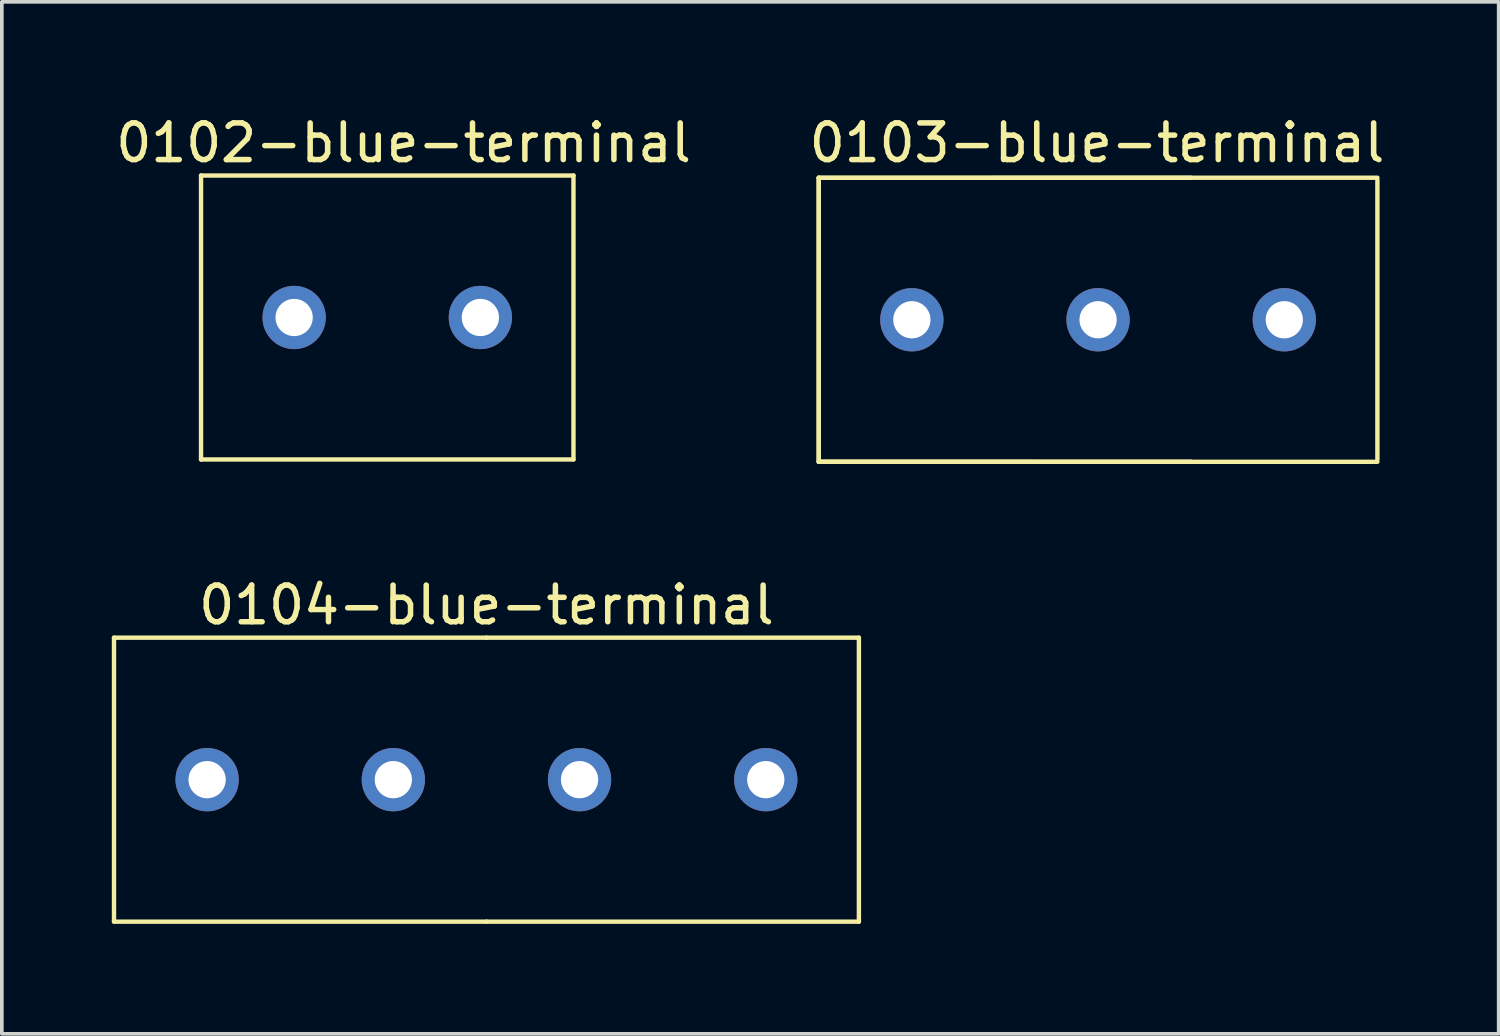
<source format=kicad_pcb>
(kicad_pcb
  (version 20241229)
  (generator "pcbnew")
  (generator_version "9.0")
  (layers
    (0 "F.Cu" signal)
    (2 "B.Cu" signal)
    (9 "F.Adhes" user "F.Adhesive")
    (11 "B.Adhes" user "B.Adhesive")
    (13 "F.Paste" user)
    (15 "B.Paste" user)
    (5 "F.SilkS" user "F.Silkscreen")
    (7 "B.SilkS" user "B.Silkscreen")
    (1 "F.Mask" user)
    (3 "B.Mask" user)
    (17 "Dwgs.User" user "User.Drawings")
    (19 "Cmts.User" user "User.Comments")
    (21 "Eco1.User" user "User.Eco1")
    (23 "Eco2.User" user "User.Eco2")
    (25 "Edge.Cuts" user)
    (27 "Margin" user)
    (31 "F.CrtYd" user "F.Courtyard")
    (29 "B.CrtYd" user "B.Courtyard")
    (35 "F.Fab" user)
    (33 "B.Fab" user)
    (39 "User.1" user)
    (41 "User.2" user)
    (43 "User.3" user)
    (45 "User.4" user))
  (footprint "0102-blue-terminal"
    (layer "F.Cu")
    (at 4.974 5.611)
    (property "Reference" "0102-blue-terminal" (at 2.985 -4.763 0) (layer "F.SilkS") (effects (font (size 1 1) (thickness 0.15))))
    (attr through_hole)
    (fp_line (start -2.54 -3.873) (end 7.62 -3.873) (stroke (width 0.12) (type solid)) (layer "F.SilkS"))
    (fp_line (start -2.54 3.873) (end -2.54 -3.873) (stroke (width 0.12) (type solid)) (layer "F.SilkS"))
    (fp_line (start 7.62 -3.873) (end 7.62 3.873) (stroke (width 0.12) (type solid)) (layer "F.SilkS"))
    (fp_line (start 7.62 3.873) (end -2.54 3.873) (stroke (width 0.12) (type solid)) (layer "F.SilkS"))
    (pad "1" thru_hole circle (at 0 0) (size 1.727 1.727) (drill 1.016) (layers "*.Cu" "*.Mask"))
    (pad "2" thru_hole circle (at 5.08 0) (size 1.727 1.727) (drill 1.016) (layers "*.Cu" "*.Mask")))
  (footprint "0104-blue-terminal"
    (layer "F.Cu")
    (at 2.6 18.219)
    (property "Reference" "0104-blue-terminal" (at 7.62 -4.763 0) (layer "F.SilkS") (effects (font (size 1 1) (thickness 0.15))))
    (attr through_hole)
    (fp_line (start -2.54 -3.873) (end 7.62 -3.873) (stroke (width 0.12) (type solid)) (layer "F.SilkS"))
    (fp_line (start -2.54 3.873) (end -2.54 -3.873) (stroke (width 0.12) (type solid)) (layer "F.SilkS"))
    (fp_line (start 7.62 -3.873) (end 17.78 -3.873) (stroke (width 0.12) (type solid)) (layer "F.SilkS"))
    (fp_line (start 7.62 3.873) (end -2.54 3.873) (stroke (width 0.12) (type solid)) (layer "F.SilkS"))
    (fp_line (start 17.78 -3.873) (end 17.78 3.873) (stroke (width 0.12) (type solid)) (layer "F.SilkS"))
    (fp_line (start 17.78 3.873) (end 7.62 3.873) (stroke (width 0.12) (type solid)) (layer "F.SilkS"))
    (pad "1" thru_hole circle (at 0 0) (size 1.727 1.727) (drill 1.016) (layers "*.Cu" "*.Mask"))
    (pad "2" thru_hole circle (at 5.08 0) (size 1.727 1.727) (drill 1.016) (layers "*.Cu" "*.Mask"))
    (pad "3" thru_hole circle (at 10.16 0) (size 1.727 1.727) (drill 1.016) (layers "*.Cu" "*.Mask"))
    (pad "4" thru_hole circle (at 15.24 0) (size 1.727 1.727) (drill 1.016) (layers "*.Cu" "*.Mask")))
  (footprint "0103-blue-terminal"
    (layer "F.Cu")
    (at 21.825 5.673)
    (property "Reference" "0103-blue-terminal" (at 5.05 -4.825 0) (layer "F.SilkS") (effects (font (size 1 1) (thickness 0.15))))
    (attr through_hole)
    (fp_line (start -2.54 -3.873) (end -2.54 3.873) (stroke (width 0.12) (type solid)) (layer "F.SilkS"))
    (fp_line (start -2.54 -3.873) (end 7.62 -3.873) (stroke (width 0.12) (type solid)) (layer "F.SilkS"))
    (fp_line (start -2.54 3.873) (end -2.54 -3.873) (stroke (width 0.12) (type solid)) (layer "F.SilkS"))
    (fp_line (start -2.54 3.873) (end 12.7 3.875) (stroke (width 0.12) (type solid)) (layer "F.SilkS"))
    (fp_line (start 7.62 3.873) (end -2.54 3.873) (stroke (width 0.12) (type solid)) (layer "F.SilkS"))
    (fp_line (start 12.7 -3.875) (end -2.54 -3.873) (stroke (width 0.12) (type solid)) (layer "F.SilkS"))
    (fp_line (start 12.7 -3.81) (end 12.7 3.81) (stroke (width 0.12) (type solid)) (layer "F.SilkS"))
    (pad "1" thru_hole circle (at 0 0) (size 1.727 1.727) (drill 1.016) (layers "*.Cu" "*.Mask"))
    (pad "2" thru_hole circle (at 5.08 0) (size 1.727 1.727) (drill 1.016) (layers "*.Cu" "*.Mask"))
    (pad "3" thru_hole circle (at 10.16 0) (size 1.727 1.727) (drill 1.016) (layers "*.Cu" "*.Mask")))
  (gr_rect
    (start -3 -3)
    (end 37.833 25.152)
    (stroke (width 0.1) (type default))
    (fill no)
    (layer "Edge.Cuts")))
</source>
